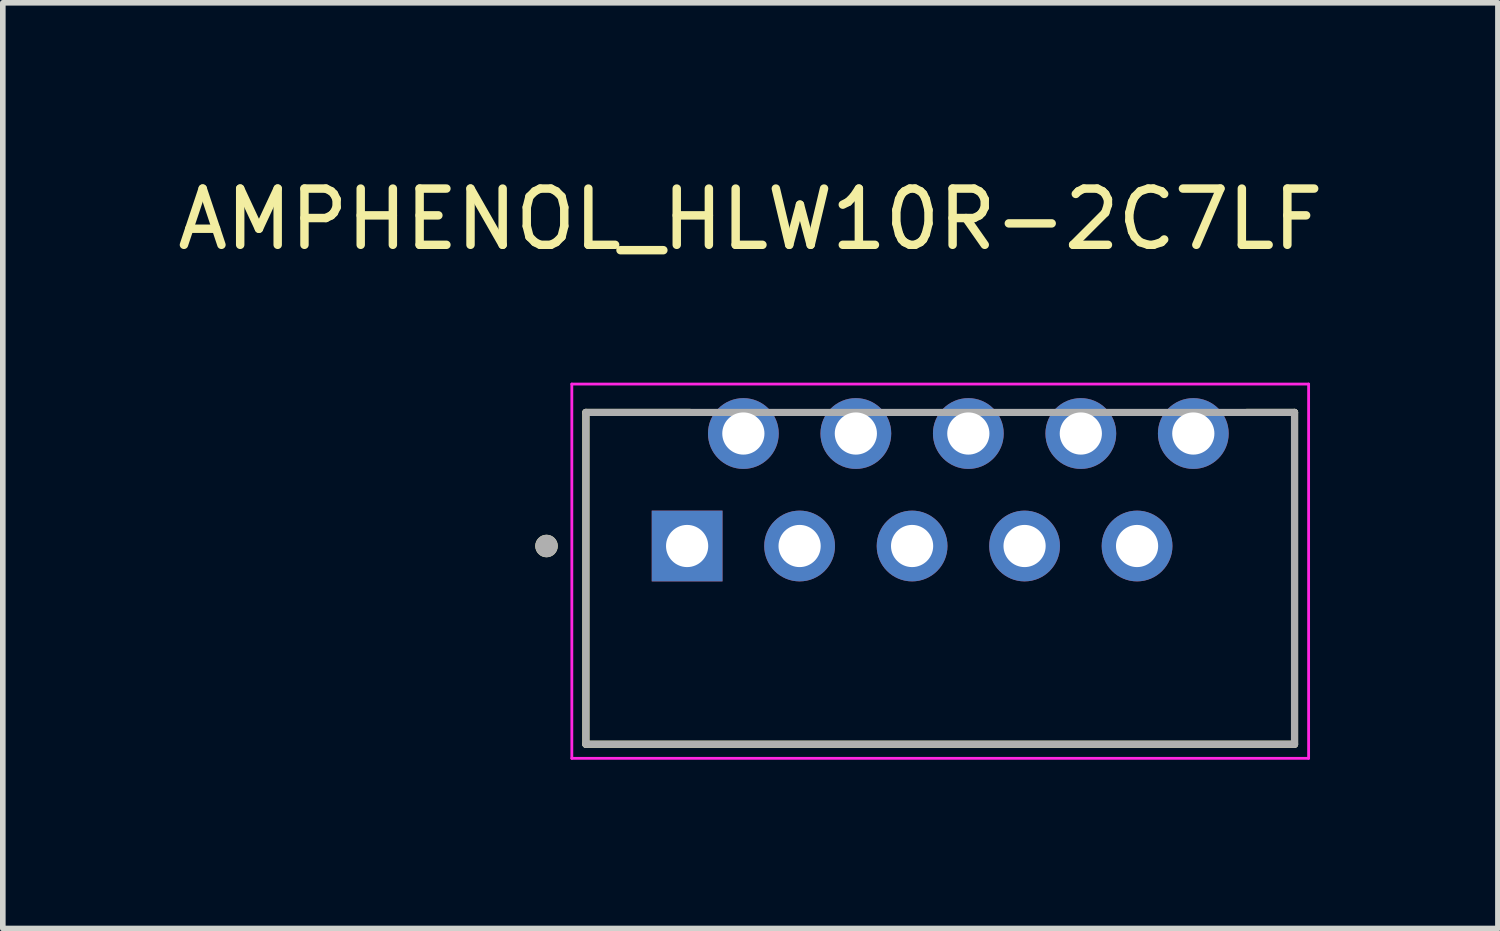
<source format=kicad_pcb>
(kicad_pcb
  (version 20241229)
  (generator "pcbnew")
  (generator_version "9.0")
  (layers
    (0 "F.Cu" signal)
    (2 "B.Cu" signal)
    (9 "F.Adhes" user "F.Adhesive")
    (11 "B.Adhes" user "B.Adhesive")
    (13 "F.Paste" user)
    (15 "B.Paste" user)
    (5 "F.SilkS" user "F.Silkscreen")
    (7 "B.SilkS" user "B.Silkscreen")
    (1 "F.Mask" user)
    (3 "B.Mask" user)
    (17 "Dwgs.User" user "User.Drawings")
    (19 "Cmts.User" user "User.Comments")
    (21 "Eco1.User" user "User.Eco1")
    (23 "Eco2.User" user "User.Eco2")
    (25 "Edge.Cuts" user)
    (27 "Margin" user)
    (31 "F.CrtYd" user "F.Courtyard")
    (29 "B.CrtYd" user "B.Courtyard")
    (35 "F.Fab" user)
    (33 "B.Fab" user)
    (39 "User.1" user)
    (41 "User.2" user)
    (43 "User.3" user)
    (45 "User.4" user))
  (footprint "AMPHENOL_HLW10R-2C7LF"
    (layer "F.Cu")
    (at 13.667 7.233)
    (property "Reference" "AMPHENOL_HLW10R-2C7LF" (at -3.375 -6.385 0) (layer "F.SilkS") (effects (font (size 1 1) (thickness 0.15))))
    (attr through_hole)
    (fp_line (start -6.3 -2.95) (end -4.45 -2.95) (stroke (width 0.127) (type solid)) (layer "F.SilkS"))
    (fp_line (start -6.3 2.95) (end -6.3 -2.95) (stroke (width 0.127) (type solid)) (layer "F.SilkS"))
    (fp_line (start 5.45 -2.95) (end 6.3 -2.95) (stroke (width 0.127) (type solid)) (layer "F.SilkS"))
    (fp_line (start 6.3 -2.95) (end 6.3 2.95) (stroke (width 0.127) (type solid)) (layer "F.SilkS"))
    (fp_line (start 6.3 2.95) (end -6.3 2.95) (stroke (width 0.127) (type solid)) (layer "F.SilkS"))
    (fp_circle (center -7 -0.575) (end -6.9 -0.575) (stroke (width 0.2) (type solid)) (fill no) (layer "F.SilkS"))
    (fp_line (start -6.55 -3.454) (end -6.55 3.2) (stroke (width 0.05) (type solid)) (layer "F.CrtYd"))
    (fp_line (start -6.55 3.2) (end 6.55 3.2) (stroke (width 0.05) (type solid)) (layer "F.CrtYd"))
    (fp_line (start 6.55 -3.454) (end -6.55 -3.454) (stroke (width 0.05) (type solid)) (layer "F.CrtYd"))
    (fp_line (start 6.55 3.2) (end 6.55 -3.454) (stroke (width 0.05) (type solid)) (layer "F.CrtYd"))
    (fp_line (start -6.3 -2.95) (end 6.3 -2.95) (stroke (width 0.127) (type solid)) (layer "F.Fab"))
    (fp_line (start -6.3 2.95) (end -6.3 -2.95) (stroke (width 0.127) (type solid)) (layer "F.Fab"))
    (fp_line (start 6.3 -2.95) (end 6.3 2.95) (stroke (width 0.127) (type solid)) (layer "F.Fab"))
    (fp_line (start 6.3 2.95) (end -6.3 2.95) (stroke (width 0.127) (type solid)) (layer "F.Fab"))
    (fp_circle (center -7 -0.575) (end -6.9 -0.575) (stroke (width 0.2) (type solid)) (fill no) (layer "F.Fab"))
    (pad "1" thru_hole rect (at -4.5 -0.575) (size 1.258 1.258) (drill 0.75) (layers "*.Cu" "*.Mask"))
    (pad "2" thru_hole circle (at -3.5 -2.575) (size 1.258 1.258) (drill 0.75) (layers "*.Cu" "*.Mask"))
    (pad "3" thru_hole circle (at -2.5 -0.575) (size 1.258 1.258) (drill 0.75) (layers "*.Cu" "*.Mask"))
    (pad "4" thru_hole circle (at -1.5 -2.575) (size 1.258 1.258) (drill 0.75) (layers "*.Cu" "*.Mask"))
    (pad "5" thru_hole circle (at -0.5 -0.575) (size 1.258 1.258) (drill 0.75) (layers "*.Cu" "*.Mask"))
    (pad "6" thru_hole circle (at 0.5 -2.575) (size 1.258 1.258) (drill 0.75) (layers "*.Cu" "*.Mask"))
    (pad "7" thru_hole circle (at 1.5 -0.575) (size 1.258 1.258) (drill 0.75) (layers "*.Cu" "*.Mask"))
    (pad "8" thru_hole circle (at 2.5 -2.575) (size 1.258 1.258) (drill 0.75) (layers "*.Cu" "*.Mask"))
    (pad "9" thru_hole circle (at 3.5 -0.575) (size 1.258 1.258) (drill 0.75) (layers "*.Cu" "*.Mask"))
    (pad "10" thru_hole circle (at 4.5 -2.575) (size 1.258 1.258) (drill 0.75) (layers "*.Cu" "*.Mask")))
  (gr_rect
    (start -3 -3)
    (end 23.583 13.458)
    (stroke (width 0.1) (type default))
    (fill no)
    (layer "Edge.Cuts")))
</source>
